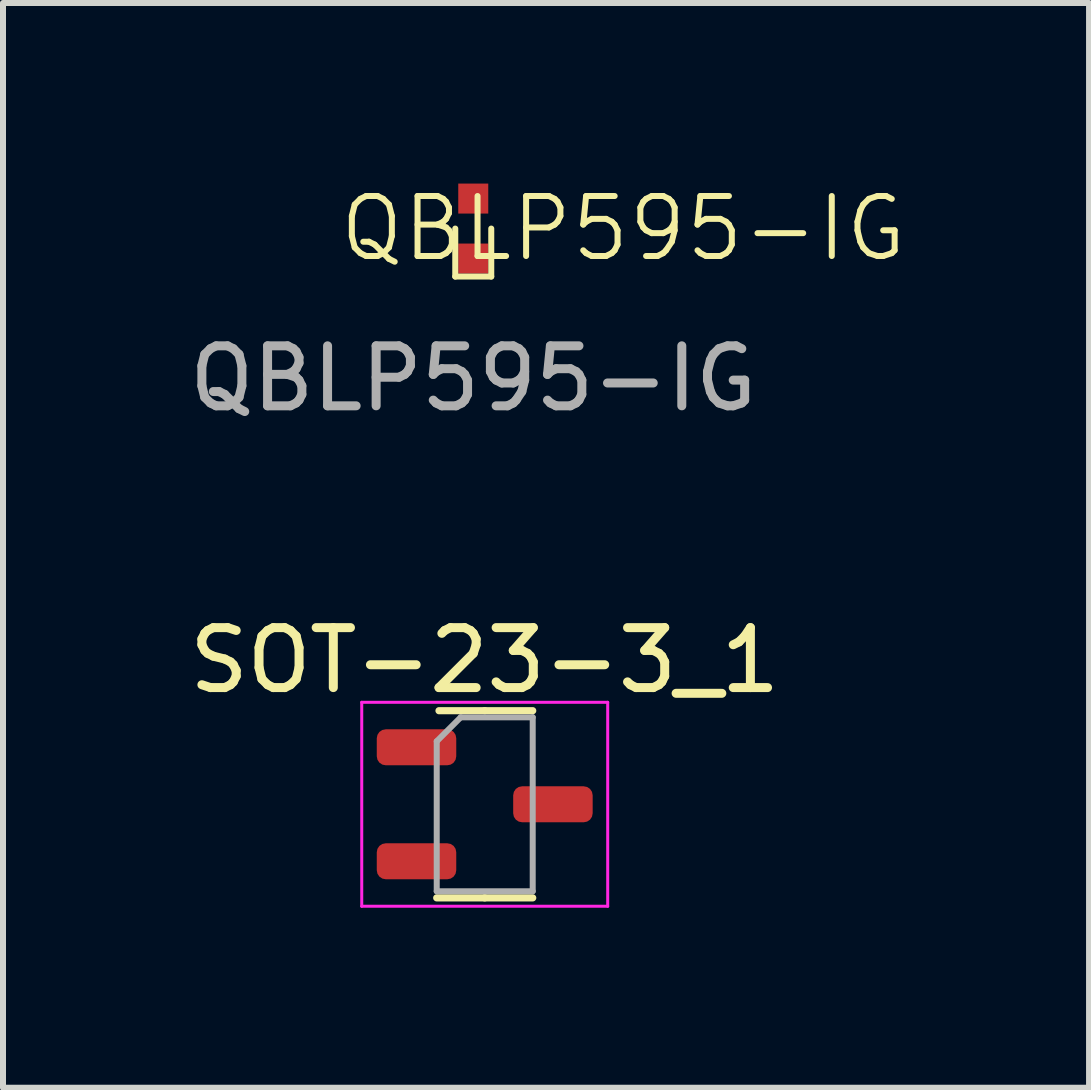
<source format=kicad_pcb>
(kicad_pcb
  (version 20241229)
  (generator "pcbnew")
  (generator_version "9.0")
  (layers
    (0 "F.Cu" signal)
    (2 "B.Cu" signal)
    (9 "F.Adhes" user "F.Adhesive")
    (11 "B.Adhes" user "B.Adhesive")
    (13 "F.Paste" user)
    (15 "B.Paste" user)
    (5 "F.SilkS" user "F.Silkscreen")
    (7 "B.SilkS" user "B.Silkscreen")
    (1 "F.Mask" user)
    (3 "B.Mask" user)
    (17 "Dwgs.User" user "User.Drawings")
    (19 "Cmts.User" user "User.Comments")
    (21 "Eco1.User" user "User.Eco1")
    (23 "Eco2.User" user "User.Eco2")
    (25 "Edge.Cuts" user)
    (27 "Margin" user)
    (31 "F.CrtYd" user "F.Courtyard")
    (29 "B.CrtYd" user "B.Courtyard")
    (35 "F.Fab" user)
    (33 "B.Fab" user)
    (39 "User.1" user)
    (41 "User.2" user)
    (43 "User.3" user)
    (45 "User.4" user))
  (footprint "SOT-23-3_1"
    (layer "F.Cu")
    (at 5.03 10.357)
    (property "Reference" "SOT-23-3_1" (at 0 -2.4 0) (layer "F.SilkS") (effects (font (size 1 1) (thickness 0.15))))
    (attr smd)
    (fp_line (start 0 -1.56) (end -0.762 -1.56) (stroke (width 0.12) (type solid)) (layer "F.SilkS"))
    (fp_line (start 0 -1.56) (end 0.8 -1.56) (stroke (width 0.12) (type solid)) (layer "F.SilkS"))
    (fp_line (start 0 1.56) (end -0.8 1.56) (stroke (width 0.12) (type solid)) (layer "F.SilkS"))
    (fp_line (start 0 1.56) (end 0.8 1.56) (stroke (width 0.12) (type solid)) (layer "F.SilkS"))
    (fp_line (start -2.05 -1.7) (end -2.05 1.7) (stroke (width 0.05) (type solid)) (layer "F.CrtYd"))
    (fp_line (start -2.05 1.7) (end 2.05 1.7) (stroke (width 0.05) (type solid)) (layer "F.CrtYd"))
    (fp_line (start 2.05 -1.7) (end -2.05 -1.7) (stroke (width 0.05) (type solid)) (layer "F.CrtYd"))
    (fp_line (start 2.05 1.7) (end 2.05 -1.7) (stroke (width 0.05) (type solid)) (layer "F.CrtYd"))
    (fp_line (start -0.8 -1.05) (end -0.4 -1.45) (stroke (width 0.1) (type solid)) (layer "F.Fab"))
    (fp_line (start -0.8 1.45) (end -0.8 -1.05) (stroke (width 0.1) (type solid)) (layer "F.Fab"))
    (fp_line (start -0.4 -1.45) (end 0.8 -1.45) (stroke (width 0.1) (type solid)) (layer "F.Fab"))
    (fp_line (start 0.8 -1.45) (end 0.8 1.45) (stroke (width 0.1) (type solid)) (layer "F.Fab"))
    (fp_line (start 0.8 1.45) (end -0.8 1.45) (stroke (width 0.1) (type solid)) (layer "F.Fab"))
    (pad "1" smd roundrect (at -1.137 -0.95) (size 1.325 0.6) (layers "F.Cu" "F.Mask" "F.Paste") (roundrect_rratio 0.25))
    (pad "2" smd roundrect (at -1.137 0.95) (size 1.325 0.6) (layers "F.Cu" "F.Mask" "F.Paste") (roundrect_rratio 0.25))
    (pad "3" smd roundrect (at 1.137 0) (size 1.325 0.6) (layers "F.Cu" "F.Mask" "F.Paste") (roundrect_rratio 0.25)))
  (footprint "QBLP595-IG"
    (layer "F.Cu")
    (at 4.839 0.76)
    (property "Reference" "QBLP595-IG" (at 2.5 0 0) (unlocked yes) (layer "F.SilkS") (effects (font (size 1 1) (thickness 0.1))))
    (attr smd)
    (fp_line (start -0.3 0) (end -0.3 0.8) (stroke (width 0.1) (type default)) (layer "F.SilkS"))
    (fp_line (start -0.3 0.8) (end 0.3 0.8) (stroke (width 0.1) (type default)) (layer "F.SilkS"))
    (fp_line (start 0.3 0.8) (end 0.3 0) (stroke (width 0.1) (type default)) (layer "F.SilkS"))
    (fp_text user "${REFERENCE}" (at 0 2.5 0) (unlocked yes) (layer "F.Fab") (effects (font (size 1 1) (thickness 0.15))))
    (pad "1" smd rect (at 0 -0.5) (size 0.5 0.5) (layers "F.Cu" "F.Mask" "F.Paste"))
    (pad "2" smd rect (at 0 0.5) (size 0.5 0.5) (layers "F.Cu" "F.Mask" "F.Paste")))
  (gr_rect
    (start -3 -3)
    (end 15.104 15.082)
    (stroke (width 0.1) (type default))
    (fill no)
    (layer "Edge.Cuts")))
</source>
